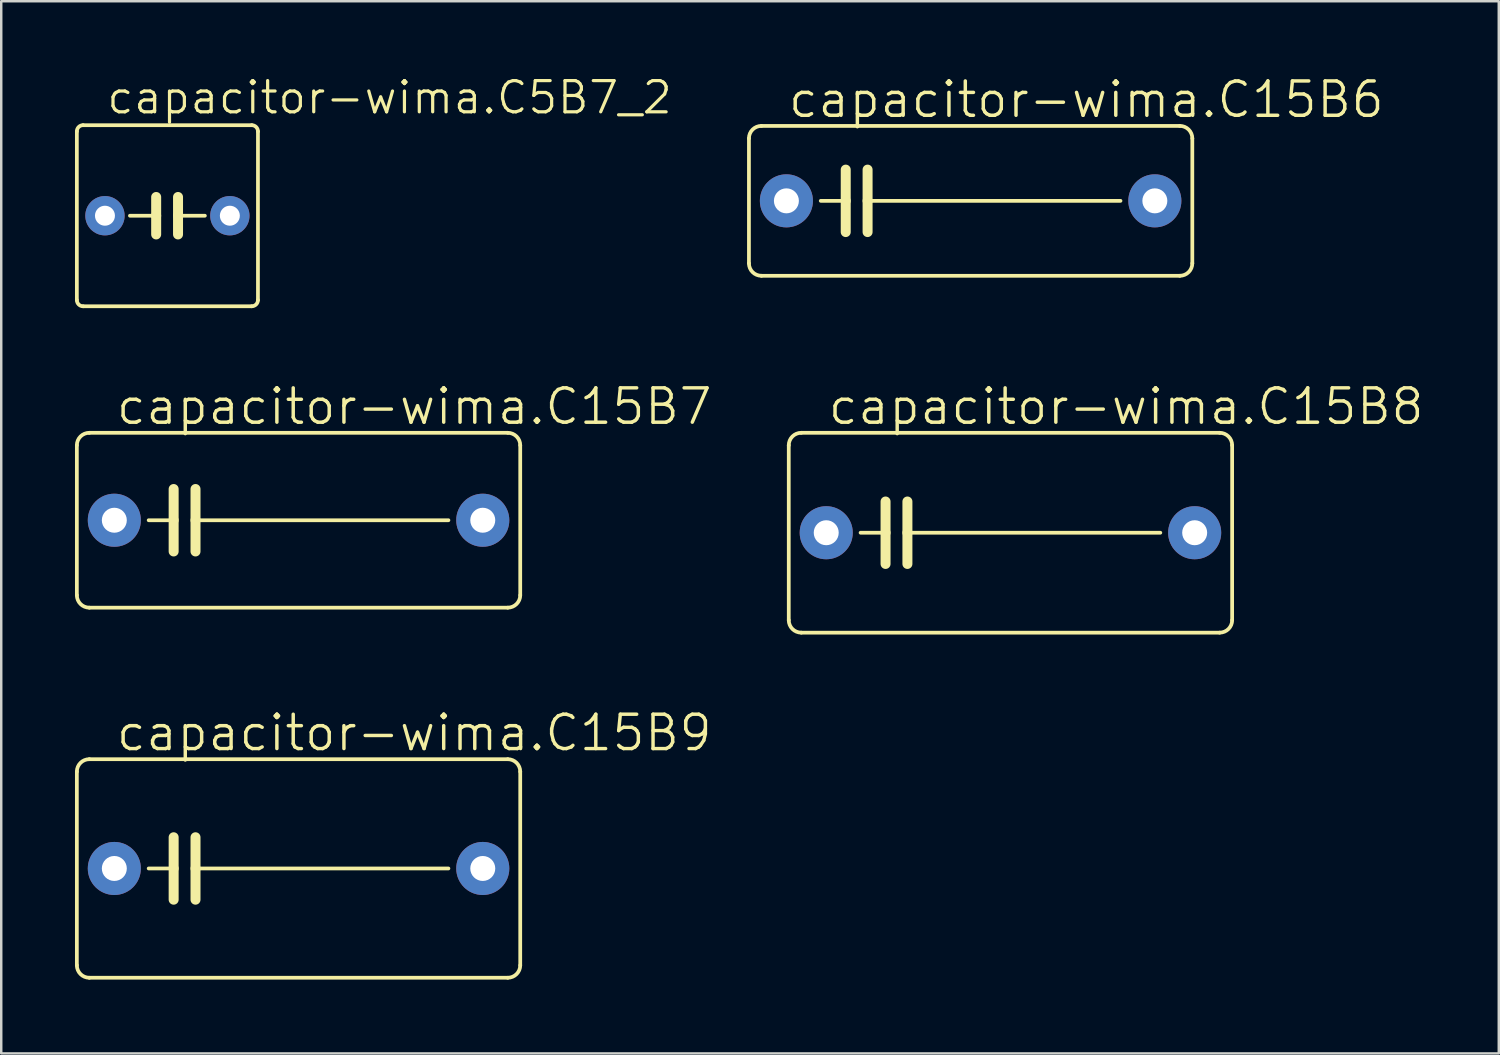
<source format=kicad_pcb>
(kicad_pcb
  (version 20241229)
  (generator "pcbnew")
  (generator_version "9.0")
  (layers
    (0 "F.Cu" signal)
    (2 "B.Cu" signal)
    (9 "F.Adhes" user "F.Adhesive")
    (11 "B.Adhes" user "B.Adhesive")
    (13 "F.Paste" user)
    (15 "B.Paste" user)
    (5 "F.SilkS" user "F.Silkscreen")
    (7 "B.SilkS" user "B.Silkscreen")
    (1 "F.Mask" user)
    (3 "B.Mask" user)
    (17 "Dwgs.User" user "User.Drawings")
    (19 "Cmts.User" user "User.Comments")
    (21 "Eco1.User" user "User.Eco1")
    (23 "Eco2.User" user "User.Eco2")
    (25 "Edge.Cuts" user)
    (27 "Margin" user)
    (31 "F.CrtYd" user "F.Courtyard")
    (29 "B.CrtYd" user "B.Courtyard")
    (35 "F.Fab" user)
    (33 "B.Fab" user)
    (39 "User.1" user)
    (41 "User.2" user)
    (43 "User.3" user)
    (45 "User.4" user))
  (footprint "capacitor-wima.C15B8"
    (layer "F.Cu")
    (at 38.049 18.618)
    (property "Reference" "capacitor-wima.C15B8" (at -7.493 -4.318 0) (layer "F.SilkS") (effects (font (size 1.397 1.397) (thickness 0.14)) (justify left bottom)))
    (attr through_hole)
    (fp_line (start -9.017 3.556) (end -9.017 -3.556) (stroke (width 0.152) (type default)) (layer "F.SilkS"))
    (fp_line (start -8.509 -4.064) (end 8.509 -4.064) (stroke (width 0.152) (type default)) (layer "F.SilkS"))
    (fp_line (start -5.08 -1.27) (end -5.08 0) (stroke (width 0.406) (type default)) (layer "F.SilkS"))
    (fp_line (start -5.08 0) (end -6.096 0) (stroke (width 0.152) (type default)) (layer "F.SilkS"))
    (fp_line (start -5.08 0) (end -5.08 1.27) (stroke (width 0.406) (type default)) (layer "F.SilkS"))
    (fp_line (start -4.191 -1.27) (end -4.191 0) (stroke (width 0.406) (type default)) (layer "F.SilkS"))
    (fp_line (start -4.191 0) (end -4.191 1.27) (stroke (width 0.406) (type default)) (layer "F.SilkS"))
    (fp_line (start -4.191 0) (end 6.096 0) (stroke (width 0.152) (type default)) (layer "F.SilkS"))
    (fp_line (start 8.509 4.064) (end -8.509 4.064) (stroke (width 0.152) (type default)) (layer "F.SilkS"))
    (fp_line (start 9.017 -3.556) (end 9.017 3.556) (stroke (width 0.152) (type default)) (layer "F.SilkS"))
    (fp_arc (start -9.017 -3.556) (mid -8.86821 -3.91521) (end -8.509 -4.064) (stroke (width 0.1524) (type default)) (layer "F.SilkS"))
    (fp_arc (start -8.509 4.064) (mid -8.86821 3.91521) (end -9.017 3.556) (stroke (width 0.1524) (type default)) (layer "F.SilkS"))
    (fp_arc (start 8.509 -4.064) (mid 8.86821 -3.91521) (end 9.017 -3.556) (stroke (width 0.1524) (type default)) (layer "F.SilkS"))
    (fp_arc (start 9.017 3.556) (mid 8.86821 3.91521) (end 8.509 4.064) (stroke (width 0.1524) (type default)) (layer "F.SilkS"))
    (pad "1" thru_hole circle (at -7.493 0) (size 2.159 2.159) (drill 1.016) (layers "*.Cu" "*.Mask"))
    (pad "2" thru_hole circle (at 7.493 0) (size 2.159 2.159) (drill 1.016) (layers "*.Cu" "*.Mask")))
  (footprint "capacitor-wima.C15B9"
    (layer "F.Cu")
    (at 9.093 32.274)
    (property "Reference" "capacitor-wima.C15B9" (at -7.493 -4.699 0) (layer "F.SilkS") (effects (font (size 1.397 1.397) (thickness 0.14)) (justify left bottom)))
    (attr through_hole)
    (fp_line (start -9.017 3.937) (end -9.017 -3.937) (stroke (width 0.152) (type default)) (layer "F.SilkS"))
    (fp_line (start -8.509 -4.445) (end 8.509 -4.445) (stroke (width 0.152) (type default)) (layer "F.SilkS"))
    (fp_line (start -5.08 -1.27) (end -5.08 0) (stroke (width 0.406) (type default)) (layer "F.SilkS"))
    (fp_line (start -5.08 0) (end -6.096 0) (stroke (width 0.152) (type default)) (layer "F.SilkS"))
    (fp_line (start -5.08 0) (end -5.08 1.27) (stroke (width 0.406) (type default)) (layer "F.SilkS"))
    (fp_line (start -4.191 -1.27) (end -4.191 0) (stroke (width 0.406) (type default)) (layer "F.SilkS"))
    (fp_line (start -4.191 0) (end -4.191 1.27) (stroke (width 0.406) (type default)) (layer "F.SilkS"))
    (fp_line (start -4.191 0) (end 6.096 0) (stroke (width 0.152) (type default)) (layer "F.SilkS"))
    (fp_line (start 8.509 4.445) (end -8.509 4.445) (stroke (width 0.152) (type default)) (layer "F.SilkS"))
    (fp_line (start 9.017 -3.937) (end 9.017 3.937) (stroke (width 0.152) (type default)) (layer "F.SilkS"))
    (fp_arc (start -9.017 -3.937) (mid -8.86821 -4.29621) (end -8.509 -4.445) (stroke (width 0.1524) (type default)) (layer "F.SilkS"))
    (fp_arc (start -8.509 4.445) (mid -8.86821 4.29621) (end -9.017 3.937) (stroke (width 0.1524) (type default)) (layer "F.SilkS"))
    (fp_arc (start 8.509 -4.445) (mid 8.86821 -4.29621) (end 9.017 -3.937) (stroke (width 0.1524) (type default)) (layer "F.SilkS"))
    (fp_arc (start 9.017 3.937) (mid 8.86821 4.29621) (end 8.509 4.445) (stroke (width 0.1524) (type default)) (layer "F.SilkS"))
    (pad "1" thru_hole circle (at -7.493 0) (size 2.159 2.159) (drill 1.016) (layers "*.Cu" "*.Mask"))
    (pad "2" thru_hole circle (at 7.493 0) (size 2.159 2.159) (drill 1.016) (layers "*.Cu" "*.Mask")))
  (footprint "capacitor-wima.C15B6"
    (layer "F.Cu")
    (at 36.429 5.119)
    (property "Reference" "capacitor-wima.C15B6" (at -7.493 -3.302 0) (layer "F.SilkS") (effects (font (size 1.397 1.397) (thickness 0.14)) (justify left bottom)))
    (attr through_hole)
    (fp_line (start -9.017 2.54) (end -9.017 -2.54) (stroke (width 0.152) (type default)) (layer "F.SilkS"))
    (fp_line (start -8.509 -3.048) (end 8.509 -3.048) (stroke (width 0.152) (type default)) (layer "F.SilkS"))
    (fp_line (start -5.08 -1.27) (end -5.08 0) (stroke (width 0.406) (type default)) (layer "F.SilkS"))
    (fp_line (start -5.08 0) (end -6.096 0) (stroke (width 0.152) (type default)) (layer "F.SilkS"))
    (fp_line (start -5.08 0) (end -5.08 1.27) (stroke (width 0.406) (type default)) (layer "F.SilkS"))
    (fp_line (start -4.191 -1.27) (end -4.191 0) (stroke (width 0.406) (type default)) (layer "F.SilkS"))
    (fp_line (start -4.191 0) (end -4.191 1.27) (stroke (width 0.406) (type default)) (layer "F.SilkS"))
    (fp_line (start -4.191 0) (end 6.096 0) (stroke (width 0.152) (type default)) (layer "F.SilkS"))
    (fp_line (start 8.509 3.048) (end -8.509 3.048) (stroke (width 0.152) (type default)) (layer "F.SilkS"))
    (fp_line (start 9.017 -2.54) (end 9.017 2.54) (stroke (width 0.152) (type default)) (layer "F.SilkS"))
    (fp_arc (start -9.017 -2.54) (mid -8.86821 -2.89921) (end -8.509 -3.048) (stroke (width 0.1524) (type default)) (layer "F.SilkS"))
    (fp_arc (start -8.509 3.048) (mid -8.86821 2.89921) (end -9.017 2.54) (stroke (width 0.1524) (type default)) (layer "F.SilkS"))
    (fp_arc (start 8.509 -3.048) (mid 8.86821 -2.89921) (end 9.017 -2.54) (stroke (width 0.1524) (type default)) (layer "F.SilkS"))
    (fp_arc (start 9.017 2.54) (mid 8.86821 2.89921) (end 8.509 3.048) (stroke (width 0.1524) (type default)) (layer "F.SilkS"))
    (pad "1" thru_hole circle (at -7.493 0) (size 2.159 2.159) (drill 1.016) (layers "*.Cu" "*.Mask"))
    (pad "2" thru_hole circle (at 7.493 0) (size 2.159 2.159) (drill 1.016) (layers "*.Cu" "*.Mask")))
  (footprint "capacitor-wima.C15B7"
    (layer "F.Cu")
    (at 9.093 18.11)
    (property "Reference" "capacitor-wima.C15B7" (at -7.493 -3.81 0) (layer "F.SilkS") (effects (font (size 1.397 1.397) (thickness 0.14)) (justify left bottom)))
    (attr through_hole)
    (fp_line (start -9.017 3.048) (end -9.017 -3.048) (stroke (width 0.152) (type default)) (layer "F.SilkS"))
    (fp_line (start -8.509 -3.556) (end 8.509 -3.556) (stroke (width 0.152) (type default)) (layer "F.SilkS"))
    (fp_line (start -5.08 -1.27) (end -5.08 0) (stroke (width 0.406) (type default)) (layer "F.SilkS"))
    (fp_line (start -5.08 0) (end -6.096 0) (stroke (width 0.152) (type default)) (layer "F.SilkS"))
    (fp_line (start -5.08 0) (end -5.08 1.27) (stroke (width 0.406) (type default)) (layer "F.SilkS"))
    (fp_line (start -4.191 -1.27) (end -4.191 0) (stroke (width 0.406) (type default)) (layer "F.SilkS"))
    (fp_line (start -4.191 0) (end -4.191 1.27) (stroke (width 0.406) (type default)) (layer "F.SilkS"))
    (fp_line (start -4.191 0) (end 6.096 0) (stroke (width 0.152) (type default)) (layer "F.SilkS"))
    (fp_line (start 8.509 3.556) (end -8.509 3.556) (stroke (width 0.152) (type default)) (layer "F.SilkS"))
    (fp_line (start 9.017 -3.048) (end 9.017 3.048) (stroke (width 0.152) (type default)) (layer "F.SilkS"))
    (fp_arc (start -9.017 -3.048) (mid -8.86821 -3.40721) (end -8.509 -3.556) (stroke (width 0.1524) (type default)) (layer "F.SilkS"))
    (fp_arc (start -8.509 3.556) (mid -8.86821 3.40721) (end -9.017 3.048) (stroke (width 0.1524) (type default)) (layer "F.SilkS"))
    (fp_arc (start 8.509 -3.556) (mid 8.86821 -3.40721) (end 9.017 -3.048) (stroke (width 0.1524) (type default)) (layer "F.SilkS"))
    (fp_arc (start 9.017 3.048) (mid 8.86821 3.40721) (end 8.509 3.556) (stroke (width 0.1524) (type default)) (layer "F.SilkS"))
    (pad "1" thru_hole circle (at -7.493 0) (size 2.159 2.159) (drill 1.016) (layers "*.Cu" "*.Mask"))
    (pad "2" thru_hole circle (at 7.493 0) (size 2.159 2.159) (drill 1.016) (layers "*.Cu" "*.Mask")))
  (footprint "capacitor-wima.C5B7_2"
    (layer "F.Cu")
    (at 3.759 5.724)
    (property "Reference" "capacitor-wima.C5B7_2" (at -2.54 -4.064 0) (layer "F.SilkS") (effects (font (size 1.27 1.27) (thickness 0.13)) (justify left bottom)))
    (attr through_hole)
    (fp_line (start -3.683 -3.429) (end -3.683 3.429) (stroke (width 0.152) (type default)) (layer "F.SilkS"))
    (fp_line (start -3.429 3.683) (end 3.429 3.683) (stroke (width 0.152) (type default)) (layer "F.SilkS"))
    (fp_line (start -1.524 0) (end -0.457 0) (stroke (width 0.152) (type default)) (layer "F.SilkS"))
    (fp_line (start -0.457 0) (end -0.457 -0.762) (stroke (width 0.406) (type default)) (layer "F.SilkS"))
    (fp_line (start -0.457 0) (end -0.457 0.762) (stroke (width 0.406) (type default)) (layer "F.SilkS"))
    (fp_line (start 0.432 -0.762) (end 0.432 0) (stroke (width 0.406) (type default)) (layer "F.SilkS"))
    (fp_line (start 0.432 0) (end 0.432 0.762) (stroke (width 0.406) (type default)) (layer "F.SilkS"))
    (fp_line (start 0.432 0) (end 1.524 0) (stroke (width 0.152) (type default)) (layer "F.SilkS"))
    (fp_line (start 3.429 -3.683) (end -3.429 -3.683) (stroke (width 0.152) (type default)) (layer "F.SilkS"))
    (fp_line (start 3.683 3.429) (end 3.683 -3.429) (stroke (width 0.152) (type default)) (layer "F.SilkS"))
    (fp_arc (start -3.683 -3.429) (mid -3.608605 -3.608605) (end -3.429 -3.683) (stroke (width 0.1524) (type default)) (layer "F.SilkS"))
    (fp_arc (start -3.429 3.683) (mid -3.608605 3.608605) (end -3.683 3.429) (stroke (width 0.1524) (type default)) (layer "F.SilkS"))
    (fp_arc (start 3.429 -3.683) (mid 3.608605 -3.608605) (end 3.683 -3.429) (stroke (width 0.1524) (type default)) (layer "F.SilkS"))
    (fp_arc (start 3.683 3.429) (mid 3.608605 3.608605) (end 3.429 3.683) (stroke (width 0.1524) (type default)) (layer "F.SilkS"))
    (pad "1" thru_hole circle (at -2.54 0) (size 1.6 1.6) (drill 0.813) (layers "*.Cu" "*.Mask"))
    (pad "2" thru_hole circle (at 2.54 0) (size 1.6 1.6) (drill 0.813) (layers "*.Cu" "*.Mask")))
  (gr_rect
    (start -3 -3)
    (end 57.911 39.796)
    (stroke (width 0.1) (type default))
    (fill no)
    (layer "Edge.Cuts")))
</source>
